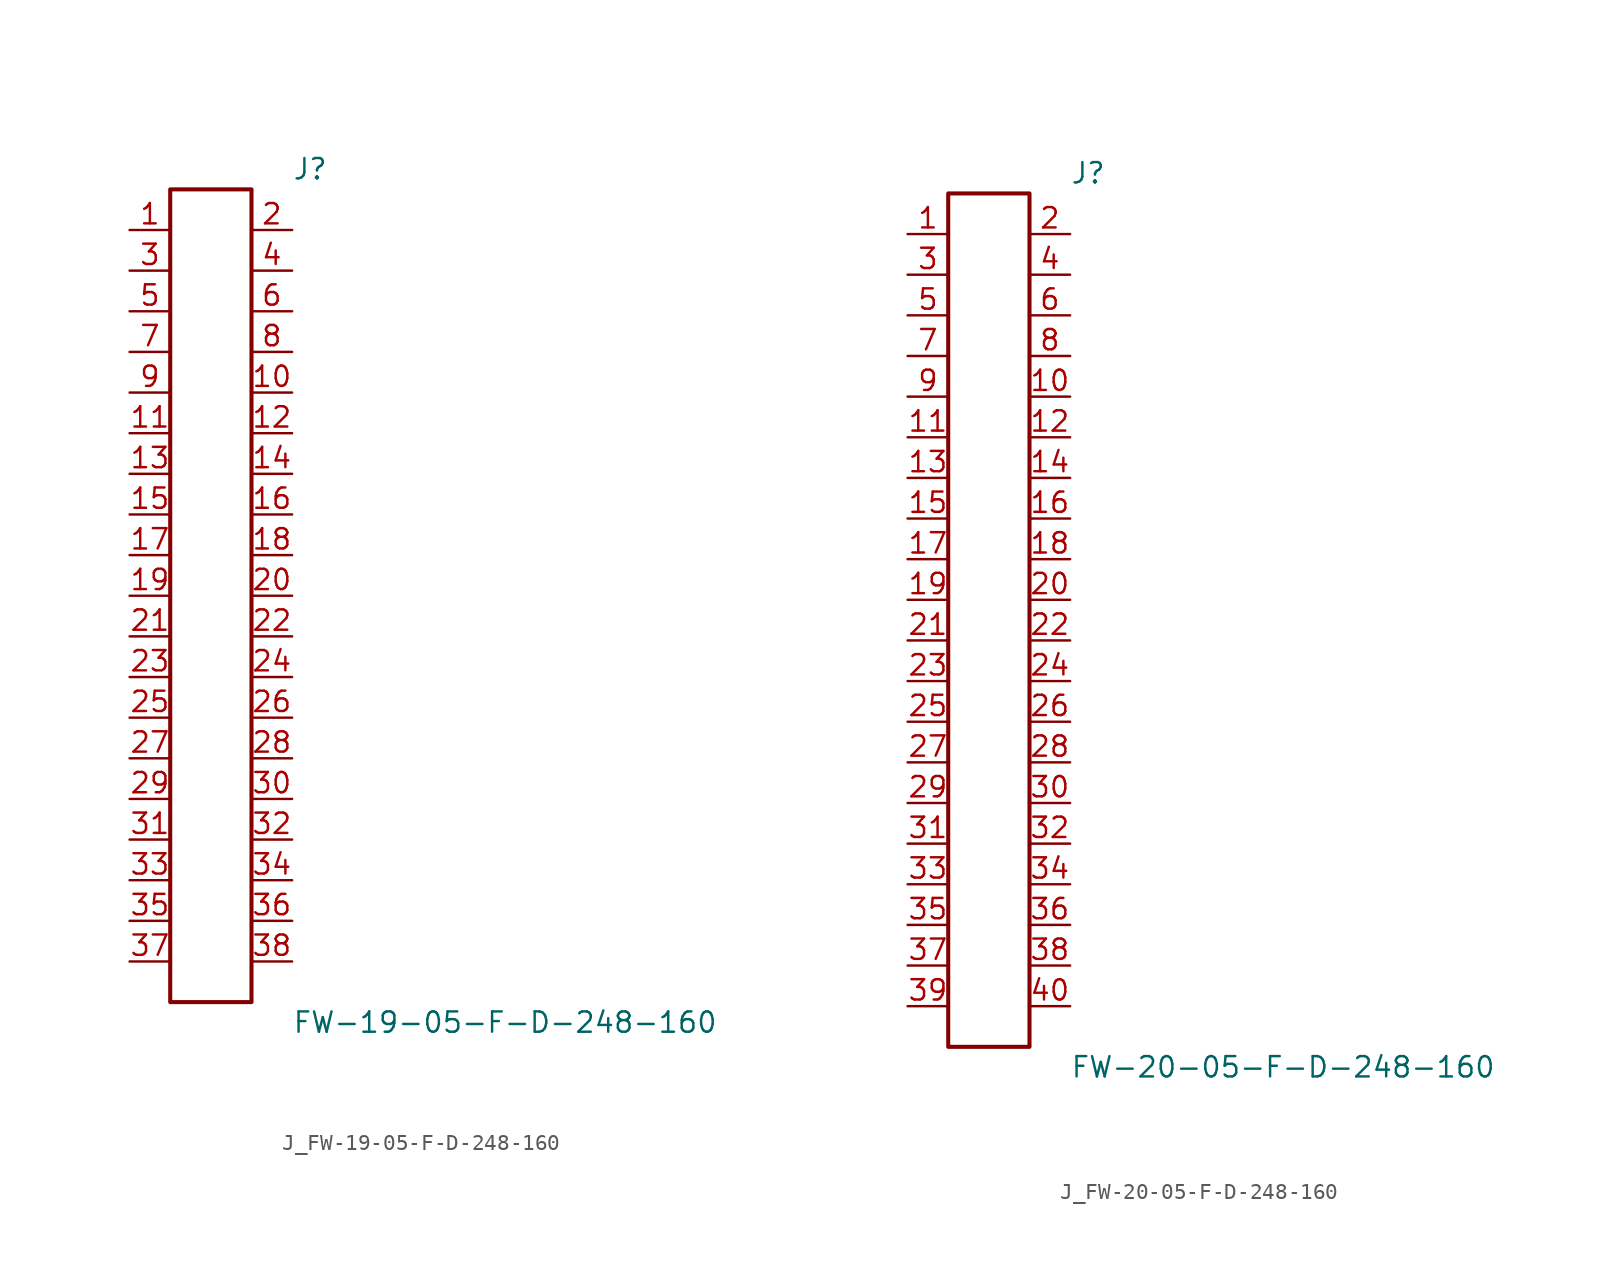
<source format=kicad_sym>
(kicad_symbol_lib
  (version 20231120)
  (generator kicad_symbol_editor)
  (generator_version 8.0)
  (symbol "J_FW-19-05-F-D-248-160"
    (pin_names
      (offset 0.254))
    (property "Reference" "J"
      (at 5.08 26.67 0)
      (effects (font (size 1.27 1.27)) (justify left)))
    (property "Value" "FW-19-05-F-D-248-160"
      (at 5.08 -26.67 0)
      (effects (font (size 1.27 1.27)) (justify left)))
    (symbol "J_FW-19-05-F-D-248-160_0_0"
      (pin passive line (at -5.08 22.86 0) (length 2.54) (name "" (effects (font (size 1.27 1.27)))) (number "1" (effects (font (size 1.27 1.27)))))
      (pin passive line (at 5.08 22.86 180) (length 2.54) (name "" (effects (font (size 1.27 1.27)))) (number "2" (effects (font (size 1.27 1.27)))))
      (pin passive line (at -5.08 20.32 0) (length 2.54) (name "" (effects (font (size 1.27 1.27)))) (number "3" (effects (font (size 1.27 1.27)))))
      (pin passive line (at 5.08 20.32 180) (length 2.54) (name "" (effects (font (size 1.27 1.27)))) (number "4" (effects (font (size 1.27 1.27)))))
      (pin passive line (at -5.08 17.78 0) (length 2.54) (name "" (effects (font (size 1.27 1.27)))) (number "5" (effects (font (size 1.27 1.27)))))
      (pin passive line (at 5.08 17.78 180) (length 2.54) (name "" (effects (font (size 1.27 1.27)))) (number "6" (effects (font (size 1.27 1.27)))))
      (pin passive line (at -5.08 15.24 0) (length 2.54) (name "" (effects (font (size 1.27 1.27)))) (number "7" (effects (font (size 1.27 1.27)))))
      (pin passive line (at 5.08 15.24 180) (length 2.54) (name "" (effects (font (size 1.27 1.27)))) (number "8" (effects (font (size 1.27 1.27)))))
      (pin passive line (at -5.08 12.7 0) (length 2.54) (name "" (effects (font (size 1.27 1.27)))) (number "9" (effects (font (size 1.27 1.27)))))
      (pin passive line (at 5.08 12.7 180) (length 2.54) (name "" (effects (font (size 1.27 1.27)))) (number "10" (effects (font (size 1.27 1.27)))))
      (pin passive line (at -5.08 10.16 0) (length 2.54) (name "" (effects (font (size 1.27 1.27)))) (number "11" (effects (font (size 1.27 1.27)))))
      (pin passive line (at 5.08 10.16 180) (length 2.54) (name "" (effects (font (size 1.27 1.27)))) (number "12" (effects (font (size 1.27 1.27)))))
      (pin passive line (at -5.08 7.62 0) (length 2.54) (name "" (effects (font (size 1.27 1.27)))) (number "13" (effects (font (size 1.27 1.27)))))
      (pin passive line (at 5.08 7.62 180) (length 2.54) (name "" (effects (font (size 1.27 1.27)))) (number "14" (effects (font (size 1.27 1.27)))))
      (pin passive line (at -5.08 5.08 0) (length 2.54) (name "" (effects (font (size 1.27 1.27)))) (number "15" (effects (font (size 1.27 1.27)))))
      (pin passive line (at 5.08 5.08 180) (length 2.54) (name "" (effects (font (size 1.27 1.27)))) (number "16" (effects (font (size 1.27 1.27)))))
      (pin passive line (at -5.08 2.54 0) (length 2.54) (name "" (effects (font (size 1.27 1.27)))) (number "17" (effects (font (size 1.27 1.27)))))
      (pin passive line (at 5.08 2.54 180) (length 2.54) (name "" (effects (font (size 1.27 1.27)))) (number "18" (effects (font (size 1.27 1.27)))))
      (pin passive line (at -5.08 0.0 0) (length 2.54) (name "" (effects (font (size 1.27 1.27)))) (number "19" (effects (font (size 1.27 1.27)))))
      (pin passive line (at 5.08 0.0 180) (length 2.54) (name "" (effects (font (size 1.27 1.27)))) (number "20" (effects (font (size 1.27 1.27)))))
      (pin passive line (at -5.08 -2.54 0) (length 2.54) (name "" (effects (font (size 1.27 1.27)))) (number "21" (effects (font (size 1.27 1.27)))))
      (pin passive line (at 5.08 -2.54 180) (length 2.54) (name "" (effects (font (size 1.27 1.27)))) (number "22" (effects (font (size 1.27 1.27)))))
      (pin passive line (at -5.08 -5.08 0) (length 2.54) (name "" (effects (font (size 1.27 1.27)))) (number "23" (effects (font (size 1.27 1.27)))))
      (pin passive line (at 5.08 -5.08 180) (length 2.54) (name "" (effects (font (size 1.27 1.27)))) (number "24" (effects (font (size 1.27 1.27)))))
      (pin passive line (at -5.08 -7.62 0) (length 2.54) (name "" (effects (font (size 1.27 1.27)))) (number "25" (effects (font (size 1.27 1.27)))))
      (pin passive line (at 5.08 -7.62 180) (length 2.54) (name "" (effects (font (size 1.27 1.27)))) (number "26" (effects (font (size 1.27 1.27)))))
      (pin passive line (at -5.08 -10.16 0) (length 2.54) (name "" (effects (font (size 1.27 1.27)))) (number "27" (effects (font (size 1.27 1.27)))))
      (pin passive line (at 5.08 -10.16 180) (length 2.54) (name "" (effects (font (size 1.27 1.27)))) (number "28" (effects (font (size 1.27 1.27)))))
      (pin passive line (at -5.08 -12.7 0) (length 2.54) (name "" (effects (font (size 1.27 1.27)))) (number "29" (effects (font (size 1.27 1.27)))))
      (pin passive line (at 5.08 -12.7 180) (length 2.54) (name "" (effects (font (size 1.27 1.27)))) (number "30" (effects (font (size 1.27 1.27)))))
      (pin passive line (at -5.08 -15.24 0) (length 2.54) (name "" (effects (font (size 1.27 1.27)))) (number "31" (effects (font (size 1.27 1.27)))))
      (pin passive line (at 5.08 -15.24 180) (length 2.54) (name "" (effects (font (size 1.27 1.27)))) (number "32" (effects (font (size 1.27 1.27)))))
      (pin passive line (at -5.08 -17.78 0) (length 2.54) (name "" (effects (font (size 1.27 1.27)))) (number "33" (effects (font (size 1.27 1.27)))))
      (pin passive line (at 5.08 -17.78 180) (length 2.54) (name "" (effects (font (size 1.27 1.27)))) (number "34" (effects (font (size 1.27 1.27)))))
      (pin passive line (at -5.08 -20.32 0) (length 2.54) (name "" (effects (font (size 1.27 1.27)))) (number "35" (effects (font (size 1.27 1.27)))))
      (pin passive line (at 5.08 -20.32 180) (length 2.54) (name "" (effects (font (size 1.27 1.27)))) (number "36" (effects (font (size 1.27 1.27)))))
      (pin passive line (at -5.08 -22.86 0) (length 2.54) (name "" (effects (font (size 1.27 1.27)))) (number "37" (effects (font (size 1.27 1.27)))))
      (pin passive line (at 5.08 -22.86 180) (length 2.54) (name "" (effects (font (size 1.27 1.27)))) (number "38" (effects (font (size 1.27 1.27))))))
    (symbol "J_FW-19-05-F-D-248-160_1_0"
      (rectangle (start -2.54 25.4) (end 2.54 -25.4) (stroke (width 0.254) (type solid)) (fill (type none)))))
  (symbol "J_FW-20-05-F-D-248-160"
    (pin_names
      (offset 0.254))
    (property "Reference" "J"
      (at 5.08 27.94 0)
      (effects (font (size 1.27 1.27)) (justify left)))
    (property "Value" "FW-20-05-F-D-248-160"
      (at 5.08 -27.94 0)
      (effects (font (size 1.27 1.27)) (justify left)))
    (symbol "J_FW-20-05-F-D-248-160_0_0"
      (pin passive line (at -5.08 24.13 0) (length 2.54) (name "" (effects (font (size 1.27 1.27)))) (number "1" (effects (font (size 1.27 1.27)))))
      (pin passive line (at 5.08 24.13 180) (length 2.54) (name "" (effects (font (size 1.27 1.27)))) (number "2" (effects (font (size 1.27 1.27)))))
      (pin passive line (at -5.08 21.59 0) (length 2.54) (name "" (effects (font (size 1.27 1.27)))) (number "3" (effects (font (size 1.27 1.27)))))
      (pin passive line (at 5.08 21.59 180) (length 2.54) (name "" (effects (font (size 1.27 1.27)))) (number "4" (effects (font (size 1.27 1.27)))))
      (pin passive line (at -5.08 19.05 0) (length 2.54) (name "" (effects (font (size 1.27 1.27)))) (number "5" (effects (font (size 1.27 1.27)))))
      (pin passive line (at 5.08 19.05 180) (length 2.54) (name "" (effects (font (size 1.27 1.27)))) (number "6" (effects (font (size 1.27 1.27)))))
      (pin passive line (at -5.08 16.51 0) (length 2.54) (name "" (effects (font (size 1.27 1.27)))) (number "7" (effects (font (size 1.27 1.27)))))
      (pin passive line (at 5.08 16.51 180) (length 2.54) (name "" (effects (font (size 1.27 1.27)))) (number "8" (effects (font (size 1.27 1.27)))))
      (pin passive line (at -5.08 13.97 0) (length 2.54) (name "" (effects (font (size 1.27 1.27)))) (number "9" (effects (font (size 1.27 1.27)))))
      (pin passive line (at 5.08 13.97 180) (length 2.54) (name "" (effects (font (size 1.27 1.27)))) (number "10" (effects (font (size 1.27 1.27)))))
      (pin passive line (at -5.08 11.43 0) (length 2.54) (name "" (effects (font (size 1.27 1.27)))) (number "11" (effects (font (size 1.27 1.27)))))
      (pin passive line (at 5.08 11.43 180) (length 2.54) (name "" (effects (font (size 1.27 1.27)))) (number "12" (effects (font (size 1.27 1.27)))))
      (pin passive line (at -5.08 8.89 0) (length 2.54) (name "" (effects (font (size 1.27 1.27)))) (number "13" (effects (font (size 1.27 1.27)))))
      (pin passive line (at 5.08 8.89 180) (length 2.54) (name "" (effects (font (size 1.27 1.27)))) (number "14" (effects (font (size 1.27 1.27)))))
      (pin passive line (at -5.08 6.35 0) (length 2.54) (name "" (effects (font (size 1.27 1.27)))) (number "15" (effects (font (size 1.27 1.27)))))
      (pin passive line (at 5.08 6.35 180) (length 2.54) (name "" (effects (font (size 1.27 1.27)))) (number "16" (effects (font (size 1.27 1.27)))))
      (pin passive line (at -5.08 3.81 0) (length 2.54) (name "" (effects (font (size 1.27 1.27)))) (number "17" (effects (font (size 1.27 1.27)))))
      (pin passive line (at 5.08 3.81 180) (length 2.54) (name "" (effects (font (size 1.27 1.27)))) (number "18" (effects (font (size 1.27 1.27)))))
      (pin passive line (at -5.08 1.27 0) (length 2.54) (name "" (effects (font (size 1.27 1.27)))) (number "19" (effects (font (size 1.27 1.27)))))
      (pin passive line (at 5.08 1.27 180) (length 2.54) (name "" (effects (font (size 1.27 1.27)))) (number "20" (effects (font (size 1.27 1.27)))))
      (pin passive line (at -5.08 -1.27 0) (length 2.54) (name "" (effects (font (size 1.27 1.27)))) (number "21" (effects (font (size 1.27 1.27)))))
      (pin passive line (at 5.08 -1.27 180) (length 2.54) (name "" (effects (font (size 1.27 1.27)))) (number "22" (effects (font (size 1.27 1.27)))))
      (pin passive line (at -5.08 -3.81 0) (length 2.54) (name "" (effects (font (size 1.27 1.27)))) (number "23" (effects (font (size 1.27 1.27)))))
      (pin passive line (at 5.08 -3.81 180) (length 2.54) (name "" (effects (font (size 1.27 1.27)))) (number "24" (effects (font (size 1.27 1.27)))))
      (pin passive line (at -5.08 -6.35 0) (length 2.54) (name "" (effects (font (size 1.27 1.27)))) (number "25" (effects (font (size 1.27 1.27)))))
      (pin passive line (at 5.08 -6.35 180) (length 2.54) (name "" (effects (font (size 1.27 1.27)))) (number "26" (effects (font (size 1.27 1.27)))))
      (pin passive line (at -5.08 -8.89 0) (length 2.54) (name "" (effects (font (size 1.27 1.27)))) (number "27" (effects (font (size 1.27 1.27)))))
      (pin passive line (at 5.08 -8.89 180) (length 2.54) (name "" (effects (font (size 1.27 1.27)))) (number "28" (effects (font (size 1.27 1.27)))))
      (pin passive line (at -5.08 -11.43 0) (length 2.54) (name "" (effects (font (size 1.27 1.27)))) (number "29" (effects (font (size 1.27 1.27)))))
      (pin passive line (at 5.08 -11.43 180) (length 2.54) (name "" (effects (font (size 1.27 1.27)))) (number "30" (effects (font (size 1.27 1.27)))))
      (pin passive line (at -5.08 -13.97 0) (length 2.54) (name "" (effects (font (size 1.27 1.27)))) (number "31" (effects (font (size 1.27 1.27)))))
      (pin passive line (at 5.08 -13.97 180) (length 2.54) (name "" (effects (font (size 1.27 1.27)))) (number "32" (effects (font (size 1.27 1.27)))))
      (pin passive line (at -5.08 -16.51 0) (length 2.54) (name "" (effects (font (size 1.27 1.27)))) (number "33" (effects (font (size 1.27 1.27)))))
      (pin passive line (at 5.08 -16.51 180) (length 2.54) (name "" (effects (font (size 1.27 1.27)))) (number "34" (effects (font (size 1.27 1.27)))))
      (pin passive line (at -5.08 -19.05 0) (length 2.54) (name "" (effects (font (size 1.27 1.27)))) (number "35" (effects (font (size 1.27 1.27)))))
      (pin passive line (at 5.08 -19.05 180) (length 2.54) (name "" (effects (font (size 1.27 1.27)))) (number "36" (effects (font (size 1.27 1.27)))))
      (pin passive line (at -5.08 -21.59 0) (length 2.54) (name "" (effects (font (size 1.27 1.27)))) (number "37" (effects (font (size 1.27 1.27)))))
      (pin passive line (at 5.08 -21.59 180) (length 2.54) (name "" (effects (font (size 1.27 1.27)))) (number "38" (effects (font (size 1.27 1.27)))))
      (pin passive line (at -5.08 -24.13 0) (length 2.54) (name "" (effects (font (size 1.27 1.27)))) (number "39" (effects (font (size 1.27 1.27)))))
      (pin passive line (at 5.08 -24.13 180) (length 2.54) (name "" (effects (font (size 1.27 1.27)))) (number "40" (effects (font (size 1.27 1.27))))))
    (symbol "J_FW-20-05-F-D-248-160_1_0"
      (rectangle (start -2.54 26.67) (end 2.54 -26.67) (stroke (width 0.254) (type solid)) (fill (type none))))))
</source>
